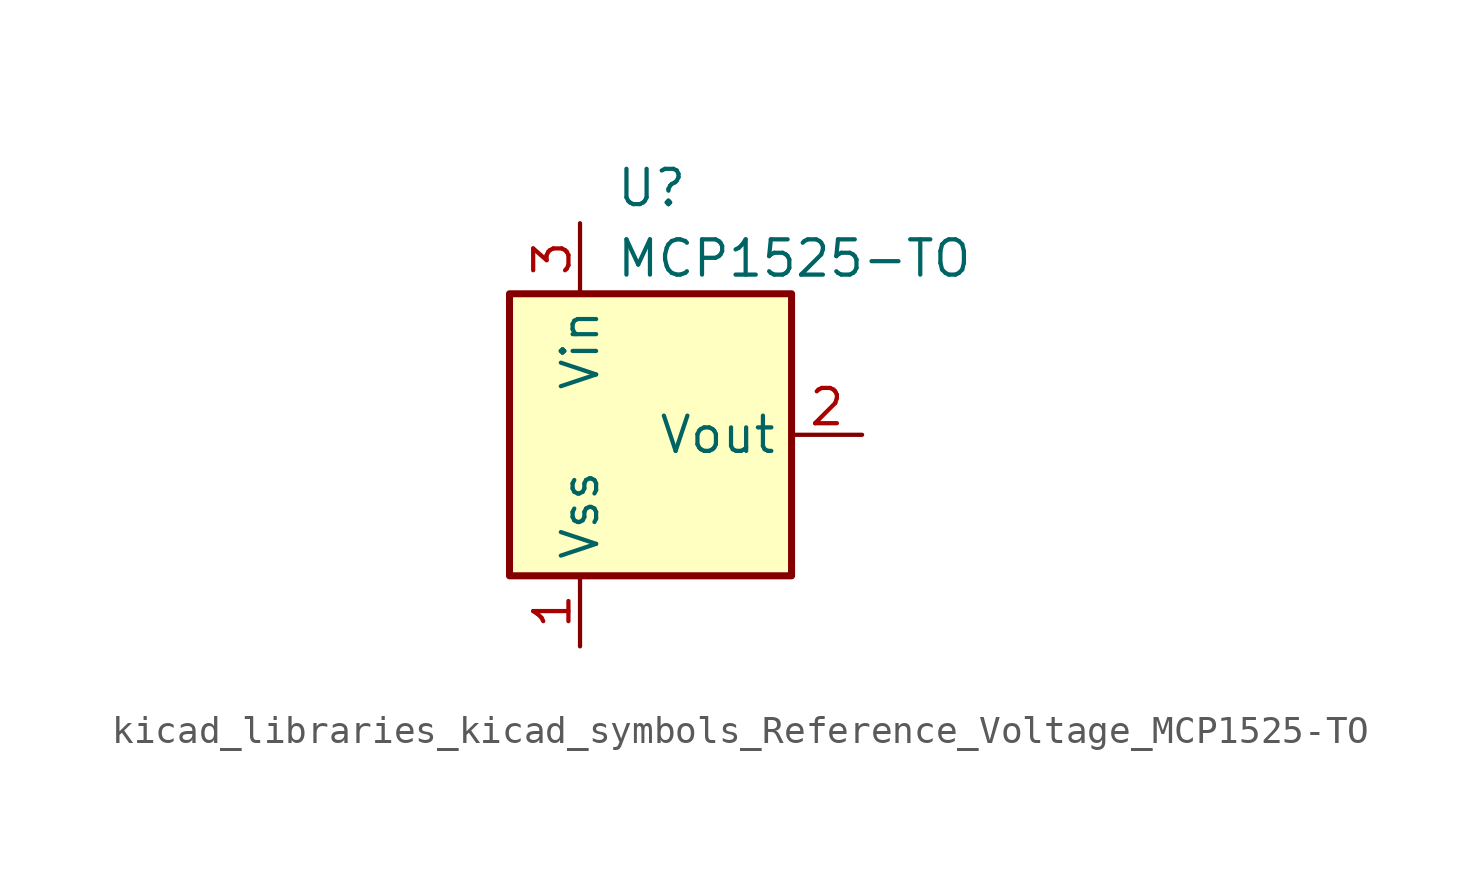
<source format=kicad_sym>
(kicad_symbol_lib
  (version 20220914)
  (generator kicad_symbol_editor)
  (symbol "kicad_libraries_kicad_symbols_Reference_Voltage_MCP1525-TO"
    (property "Reference" "U"
      (at 1.27 8.89 0)
      (effects (font (size 1.27 1.27)) (justify left)))
    (property "Value" "MCP1525-TO"
      (at 1.27 6.35 0)
      (effects (font (size 1.27 1.27)) (justify left)))
    (symbol "kicad_libraries_kicad_symbols_Reference_Voltage_MCP1525-TO_0_1"
      (rectangle (start -2.54 5.08) (end 7.62 -5.08) (stroke (width 0.254) (type default)) (fill (type background))))
    (symbol "kicad_libraries_kicad_symbols_Reference_Voltage_MCP1525-TO_1_1"
      (pin power_in line (at 0 -7.62 90) (length 2.54) (name "Vss" (effects (font (size 1.27 1.27)))) (number "1" (effects (font (size 1.27 1.27)))))
      (pin power_out line (at 10.16 0 180) (length 2.54) (name "Vout" (effects (font (size 1.27 1.27)))) (number "2" (effects (font (size 1.27 1.27)))))
      (pin power_in line (at 0 7.62 270) (length 2.54) (name "Vin" (effects (font (size 1.27 1.27)))) (number "3" (effects (font (size 1.27 1.27))))))))
</source>
